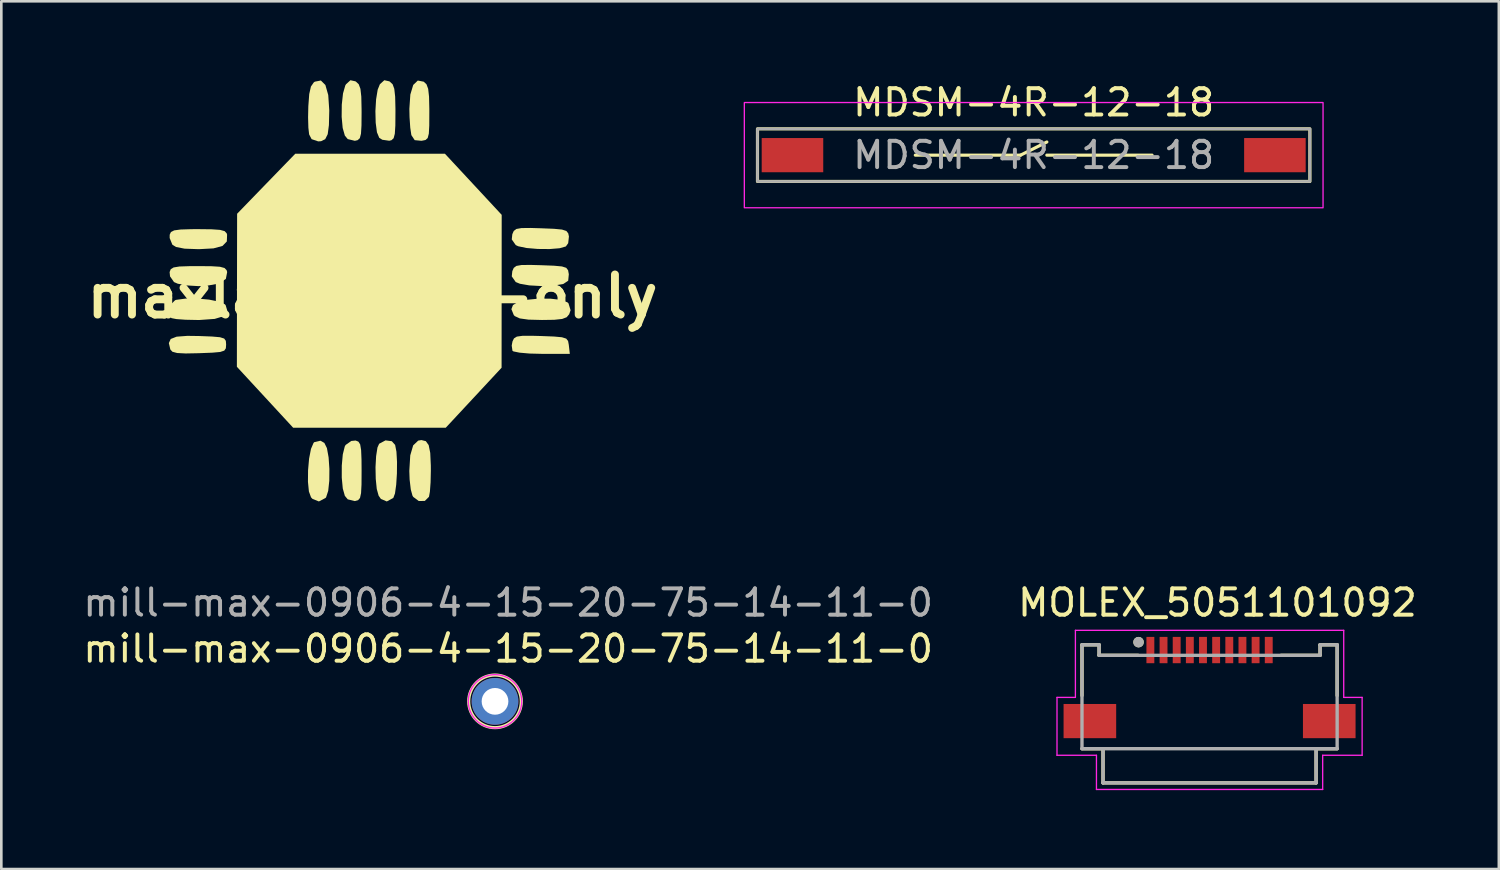
<source format=kicad_pcb>
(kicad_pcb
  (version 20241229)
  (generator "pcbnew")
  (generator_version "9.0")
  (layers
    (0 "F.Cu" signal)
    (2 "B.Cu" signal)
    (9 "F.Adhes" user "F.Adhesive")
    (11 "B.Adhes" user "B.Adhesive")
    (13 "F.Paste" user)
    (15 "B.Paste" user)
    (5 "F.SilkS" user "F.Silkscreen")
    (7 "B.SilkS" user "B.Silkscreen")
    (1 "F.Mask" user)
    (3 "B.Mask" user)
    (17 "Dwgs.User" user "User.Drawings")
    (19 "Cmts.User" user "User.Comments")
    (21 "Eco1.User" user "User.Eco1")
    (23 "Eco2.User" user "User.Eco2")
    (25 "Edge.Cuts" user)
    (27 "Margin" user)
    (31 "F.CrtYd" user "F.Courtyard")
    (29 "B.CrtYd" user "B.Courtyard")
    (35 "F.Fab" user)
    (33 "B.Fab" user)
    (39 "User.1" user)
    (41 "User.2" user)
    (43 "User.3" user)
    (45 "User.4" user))
  (footprint "MOLEX_5051101092"
    (layer "F.Cu")
    (at 42.932 22.162)
    (property "Reference" "MOLEX_5051101092" (at 0.3 -2.3 0) (layer "F.SilkS") (effects (font (size 1 1) (thickness 0.15))))
    (attr through_hole)
    (fp_line (start -4.85 -0.7) (end -4.85 1.23) (stroke (width 0.127) (type solid)) (layer "F.SilkS"))
    (fp_line (start -4.85 3.25) (end -4.05 3.25) (stroke (width 0.127) (type solid)) (layer "F.SilkS"))
    (fp_line (start -4.2 -0.7) (end -4.85 -0.7) (stroke (width 0.127) (type solid)) (layer "F.SilkS"))
    (fp_line (start -4.2 -0.3) (end -4.2 -0.7) (stroke (width 0.127) (type solid)) (layer "F.SilkS"))
    (fp_line (start -4.2 -0.3) (end -2.72 -0.3) (stroke (width 0.127) (type solid)) (layer "F.SilkS"))
    (fp_line (start -4.05 3.25) (end -4.05 4.55) (stroke (width 0.127) (type solid)) (layer "F.SilkS"))
    (fp_line (start -4.05 4.55) (end 4.05 4.55) (stroke (width 0.127) (type solid)) (layer "F.SilkS"))
    (fp_line (start 2.72 -0.3) (end 4.2 -0.3) (stroke (width 0.127) (type solid)) (layer "F.SilkS"))
    (fp_line (start 4.05 3.25) (end 4.85 3.25) (stroke (width 0.127) (type solid)) (layer "F.SilkS"))
    (fp_line (start 4.05 4.55) (end 4.05 3.25) (stroke (width 0.127) (type solid)) (layer "F.SilkS"))
    (fp_line (start 4.2 -0.7) (end 4.2 -0.3) (stroke (width 0.127) (type solid)) (layer "F.SilkS"))
    (fp_line (start 4.85 -0.7) (end 4.2 -0.7) (stroke (width 0.127) (type solid)) (layer "F.SilkS"))
    (fp_line (start 4.85 1.23) (end 4.85 -0.7) (stroke (width 0.127) (type solid)) (layer "F.SilkS"))
    (fp_circle (center -2.7 -0.8) (end -2.6 -0.8) (stroke (width 0.2) (type solid)) (fill no) (layer "F.SilkS"))
    (fp_line (start -5.8 1.3) (end -5.1 1.3) (stroke (width 0.05) (type solid)) (layer "F.CrtYd"))
    (fp_line (start -5.8 3.5) (end -5.8 1.3) (stroke (width 0.05) (type solid)) (layer "F.CrtYd"))
    (fp_line (start -5.1 -1.25) (end 5.1 -1.25) (stroke (width 0.05) (type solid)) (layer "F.CrtYd"))
    (fp_line (start -5.1 1.3) (end -5.1 -1.25) (stroke (width 0.05) (type solid)) (layer "F.CrtYd"))
    (fp_line (start -4.3 3.5) (end -5.8 3.5) (stroke (width 0.05) (type solid)) (layer "F.CrtYd"))
    (fp_line (start -4.3 4.8) (end -4.3 3.5) (stroke (width 0.05) (type solid)) (layer "F.CrtYd"))
    (fp_line (start 4.3 3.5) (end 4.3 4.8) (stroke (width 0.05) (type solid)) (layer "F.CrtYd"))
    (fp_line (start 4.3 4.8) (end -4.3 4.8) (stroke (width 0.05) (type solid)) (layer "F.CrtYd"))
    (fp_line (start 5.1 -1.25) (end 5.1 1.3) (stroke (width 0.05) (type solid)) (layer "F.CrtYd"))
    (fp_line (start 5.1 1.3) (end 5.8 1.3) (stroke (width 0.05) (type solid)) (layer "F.CrtYd"))
    (fp_line (start 5.8 1.3) (end 5.8 3.5) (stroke (width 0.05) (type solid)) (layer "F.CrtYd"))
    (fp_line (start 5.8 3.5) (end 4.3 3.5) (stroke (width 0.05) (type solid)) (layer "F.CrtYd"))
    (fp_line (start -4.85 -0.7) (end -4.85 3.25) (stroke (width 0.127) (type solid)) (layer "F.Fab"))
    (fp_line (start -4.85 3.25) (end -4.05 3.25) (stroke (width 0.127) (type solid)) (layer "F.Fab"))
    (fp_line (start -4.2 -0.7) (end -4.85 -0.7) (stroke (width 0.127) (type solid)) (layer "F.Fab"))
    (fp_line (start -4.2 -0.3) (end -4.2 -0.7) (stroke (width 0.127) (type solid)) (layer "F.Fab"))
    (fp_line (start -4.05 3.25) (end -4.05 4.55) (stroke (width 0.127) (type solid)) (layer "F.Fab"))
    (fp_line (start -4.05 3.25) (end 4.05 3.25) (stroke (width 0.127) (type solid)) (layer "F.Fab"))
    (fp_line (start -4.05 4.55) (end 4.05 4.55) (stroke (width 0.127) (type solid)) (layer "F.Fab"))
    (fp_line (start 4.05 3.25) (end 4.85 3.25) (stroke (width 0.127) (type solid)) (layer "F.Fab"))
    (fp_line (start 4.05 4.55) (end 4.05 3.25) (stroke (width 0.127) (type solid)) (layer "F.Fab"))
    (fp_line (start 4.2 -0.7) (end 4.2 -0.3) (stroke (width 0.127) (type solid)) (layer "F.Fab"))
    (fp_line (start 4.2 -0.3) (end -4.2 -0.3) (stroke (width 0.127) (type solid)) (layer "F.Fab"))
    (fp_line (start 4.85 -0.7) (end 4.2 -0.7) (stroke (width 0.127) (type solid)) (layer "F.Fab"))
    (fp_line (start 4.85 3.25) (end 4.85 -0.7) (stroke (width 0.127) (type solid)) (layer "F.Fab"))
    (fp_circle (center -2.7 -0.8) (end -2.6 -0.8) (stroke (width 0.2) (type solid)) (fill no) (layer "F.Fab"))
    (pad "1" smd rect (at -2.25 -0.5) (size 0.3 1) (layers "F.Cu" "F.Mask" "F.Paste"))
    (pad "2" smd rect (at -1.75 -0.5) (size 0.3 1) (layers "F.Cu" "F.Mask" "F.Paste"))
    (pad "3" smd rect (at -1.25 -0.5) (size 0.3 1) (layers "F.Cu" "F.Mask" "F.Paste"))
    (pad "4" smd rect (at -0.75 -0.5) (size 0.3 1) (layers "F.Cu" "F.Mask" "F.Paste"))
    (pad "5" smd rect (at -0.25 -0.5) (size 0.3 1) (layers "F.Cu" "F.Mask" "F.Paste"))
    (pad "6" smd rect (at 0.25 -0.5) (size 0.3 1) (layers "F.Cu" "F.Mask" "F.Paste"))
    (pad "7" smd rect (at 0.75 -0.5) (size 0.3 1) (layers "F.Cu" "F.Mask" "F.Paste"))
    (pad "8" smd rect (at 1.25 -0.5) (size 0.3 1) (layers "F.Cu" "F.Mask" "F.Paste"))
    (pad "9" smd rect (at 1.75 -0.5) (size 0.3 1) (layers "F.Cu" "F.Mask" "F.Paste"))
    (pad "10" smd rect (at 2.25 -0.5) (size 0.3 1) (layers "F.Cu" "F.Mask" "F.Paste"))
    (pad "S1" smd rect (at -4.55 2.2) (size 2 1.3) (layers "F.Cu" "F.Mask" "F.Paste"))
    (pad "S2" smd rect (at 4.55 2.2) (size 2 1.3) (layers "F.Cu" "F.Mask" "F.Paste")))
  (footprint "maxlab-logo-only"
    (layer "F.Cu")
    (at 11.111 8.219)
    (property "Reference" "maxlab-logo-only" (at 0 0 0) (layer "F.SilkS") (effects (font (size 1.524 1.524) (thickness 0.3))))
    (attr board_only exclude_from_pos_files exclude_from_bom)
    (fp_poly (pts (xy 3.832 -4.264) (xy 4.911 -3.102) (xy 4.909 -0.196) (xy 4.907 2.71) (xy 3.846 3.851) (xy 2.784 4.992) (xy -3.016 4.992) (xy -5.156 2.674) (xy -5.152 -0.235) (xy -5.147 -3.143) (xy -4.042 -4.284) (xy -2.936 -5.425) (xy 2.753 -5.425)) (stroke (width 0) (type solid)) (fill yes) (layer "F.SilkS"))
    (fp_poly (pts (xy 0.734 5.504) (xy 0.86 5.645) (xy 0.91 5.904) (xy 0.932 6.29) (xy 0.928 6.732) (xy 0.901 7.157) (xy 0.854 7.492) (xy 0.79 7.661) (xy 0.543 7.794) (xy 0.319 7.698) (xy 0.233 7.575) (xy 0.162 7.321) (xy 0.123 6.936) (xy 0.114 6.494) (xy 0.137 6.072) (xy 0.188 5.745) (xy 0.252 5.601) (xy 0.494 5.472)) (stroke (width 0) (type solid)) (fill yes) (layer "F.SilkS"))
    (fp_poly (pts (xy -6.215 0.121) (xy -5.843 0.196) (xy -5.613 0.298) (xy -5.584 0.33) (xy -5.511 0.574) (xy -5.648 0.748) (xy -5.999 0.854) (xy -6.57 0.895) (xy -6.672 0.895) (xy -7.112 0.886) (xy -7.455 0.861) (xy -7.641 0.825) (xy -7.653 0.817) (xy -7.745 0.585) (xy -7.686 0.323) (xy -7.505 0.144) (xy -7.464 0.13) (xy -7.097 0.081) (xy -6.657 0.08)) (stroke (width 0) (type solid)) (fill yes) (layer "F.SilkS"))
    (fp_poly (pts (xy -6.116 -1.148) (xy -5.8 -1.128) (xy -5.626 -1.081) (xy -5.547 -1) (xy -5.525 -0.927) (xy -5.575 -0.666) (xy -5.84 -0.49) (xy -6.316 -0.403) (xy -6.619 -0.392) (xy -7.057 -0.418) (xy -7.404 -0.484) (xy -7.546 -0.546) (xy -7.697 -0.762) (xy -7.713 -0.927) (xy -7.67 -1.035) (xy -7.561 -1.102) (xy -7.34 -1.138) (xy -6.96 -1.151) (xy -6.619 -1.153)) (stroke (width 0) (type solid)) (fill yes) (layer "F.SilkS"))
    (fp_poly (pts (xy -1.83 5.569) (xy -1.733 5.766) (xy -1.669 6.12) (xy -1.639 6.558) (xy -1.643 7.006) (xy -1.684 7.39) (xy -1.764 7.635) (xy -1.785 7.661) (xy -2.038 7.794) (xy -2.283 7.695) (xy -2.337 7.637) (xy -2.418 7.415) (xy -2.454 7.048) (xy -2.45 6.608) (xy -2.411 6.167) (xy -2.339 5.796) (xy -2.241 5.567) (xy -2.21 5.538) (xy -1.979 5.485)) (stroke (width 0) (type solid)) (fill yes) (layer "F.SilkS"))
    (fp_poly (pts (xy -1.791 -8.037) (xy -1.683 -7.657) (xy -1.644 -7.08) (xy -1.644 -7.051) (xy -1.657 -6.513) (xy -1.703 -6.168) (xy -1.798 -5.978) (xy -1.956 -5.901) (xy -2.064 -5.894) (xy -2.315 -5.979) (xy -2.409 -6.159) (xy -2.438 -6.411) (xy -2.449 -6.807) (xy -2.44 -7.23) (xy -2.405 -7.695) (xy -2.341 -7.979) (xy -2.233 -8.136) (xy -2.193 -8.164) (xy -1.963 -8.209)) (stroke (width 0) (type solid)) (fill yes) (layer "F.SilkS"))
    (fp_poly (pts (xy 2.027 5.502) (xy 2.135 5.652) (xy 2.195 5.949) (xy 2.217 6.428) (xy 2.218 6.631) (xy 2.208 7.065) (xy 2.182 7.421) (xy 2.147 7.616) (xy 1.988 7.775) (xy 1.757 7.776) (xy 1.551 7.624) (xy 1.52 7.575) (xy 1.455 7.339) (xy 1.411 6.962) (xy 1.399 6.631) (xy 1.435 6.041) (xy 1.546 5.662) (xy 1.737 5.481) (xy 1.859 5.46)) (stroke (width 0) (type solid)) (fill yes) (layer "F.SilkS"))
    (fp_poly (pts (xy 6.412 1.505) (xy 6.9 1.524) (xy 7.201 1.552) (xy 7.364 1.604) (xy 7.435 1.696) (xy 7.463 1.846) (xy 7.464 1.861) (xy 7.501 2.183) (xy 6.447 2.183) (xy 5.969 2.171) (xy 5.587 2.137) (xy 5.358 2.09) (xy 5.32 2.065) (xy 5.292 1.867) (xy 5.322 1.709) (xy 5.378 1.595) (xy 5.487 1.527) (xy 5.701 1.497) (xy 6.067 1.496)) (stroke (width 0) (type solid)) (fill yes) (layer "F.SilkS"))
    (fp_poly (pts (xy 6.763 0.085) (xy 7.151 0.13) (xy 7.408 0.223) (xy 7.45 0.262) (xy 7.53 0.524) (xy 7.477 0.677) (xy 7.382 0.79) (xy 7.211 0.856) (xy 6.91 0.888) (xy 6.442 0.895) (xy 5.928 0.882) (xy 5.6 0.836) (xy 5.412 0.75) (xy 5.371 0.71) (xy 5.28 0.484) (xy 5.339 0.33) (xy 5.53 0.209) (xy 5.879 0.127) (xy 6.315 0.084)) (stroke (width 0) (type solid)) (fill yes) (layer "F.SilkS"))
    (fp_poly (pts (xy -6.113 -2.552) (xy -5.795 -2.53) (xy -5.621 -2.482) (xy -5.544 -2.4) (xy -5.528 -2.347) (xy -5.538 -2.09) (xy -5.702 -1.92) (xy -6.045 -1.827) (xy -6.591 -1.797) (xy -6.619 -1.797) (xy -7.144 -1.816) (xy -7.469 -1.879) (xy -7.609 -1.967) (xy -7.711 -2.219) (xy -7.71 -2.347) (xy -7.663 -2.448) (xy -7.54 -2.511) (xy -7.296 -2.544) (xy -6.885 -2.557) (xy -6.619 -2.558)) (stroke (width 0) (type solid)) (fill yes) (layer "F.SilkS"))
    (fp_poly (pts (xy 6.412 -2.591) (xy 6.901 -2.571) (xy 7.204 -2.542) (xy 7.368 -2.489) (xy 7.441 -2.398) (xy 7.467 -2.278) (xy 7.439 -2.024) (xy 7.35 -1.9) (xy 7.112 -1.832) (xy 6.728 -1.801) (xy 6.282 -1.805) (xy 5.858 -1.841) (xy 5.54 -1.907) (xy 5.445 -1.952) (xy 5.294 -2.167) (xy 5.315 -2.366) (xy 5.37 -2.49) (xy 5.47 -2.565) (xy 5.664 -2.599) (xy 6.003 -2.603)) (stroke (width 0) (type solid)) (fill yes) (layer "F.SilkS"))
    (fp_poly (pts (xy -0.652 -8.178) (xy -0.627 -8.163) (xy -0.523 -8.065) (xy -0.459 -7.892) (xy -0.426 -7.596) (xy -0.416 -7.127) (xy -0.415 -6.993) (xy -0.419 -6.496) (xy -0.438 -6.186) (xy -0.482 -6.017) (xy -0.564 -5.941) (xy -0.671 -5.916) (xy -0.941 -5.981) (xy -1.051 -6.113) (xy -1.134 -6.405) (xy -1.173 -6.826) (xy -1.168 -7.292) (xy -1.121 -7.718) (xy -1.035 -8.019) (xy -1.007 -8.066) (xy -0.839 -8.219)) (stroke (width 0) (type solid)) (fill yes) (layer "F.SilkS"))
    (fp_poly (pts (xy -0.536 5.52) (xy -0.469 5.625) (xy -0.433 5.838) (xy -0.418 6.205) (xy -0.415 6.632) (xy -0.418 7.149) (xy -0.435 7.476) (xy -0.475 7.66) (xy -0.548 7.746) (xy -0.665 7.778) (xy -0.671 7.779) (xy -0.941 7.714) (xy -1.051 7.582) (xy -1.13 7.302) (xy -1.169 6.89) (xy -1.168 6.431) (xy -1.13 6.008) (xy -1.055 5.705) (xy -1.022 5.646) (xy -0.806 5.494) (xy -0.642 5.478)) (stroke (width 0) (type solid)) (fill yes) (layer "F.SilkS"))
    (fp_poly (pts (xy 0.636 -8.178) (xy 0.661 -8.163) (xy 0.765 -8.065) (xy 0.828 -7.892) (xy 0.861 -7.596) (xy 0.872 -7.127) (xy 0.872 -6.993) (xy 0.868 -6.494) (xy 0.848 -6.183) (xy 0.803 -6.014) (xy 0.721 -5.939) (xy 0.637 -5.918) (xy 0.373 -5.956) (xy 0.256 -6.03) (xy 0.169 -6.239) (xy 0.121 -6.603) (xy 0.11 -7.045) (xy 0.136 -7.49) (xy 0.197 -7.861) (xy 0.28 -8.066) (xy 0.449 -8.219)) (stroke (width 0) (type solid)) (fill yes) (layer "F.SilkS"))
    (fp_poly (pts (xy 1.948 -8.163) (xy 2.052 -8.065) (xy 2.116 -7.892) (xy 2.149 -7.596) (xy 2.16 -7.127) (xy 2.16 -6.993) (xy 2.158 -6.498) (xy 2.141 -6.189) (xy 2.098 -6.022) (xy 2.015 -5.947) (xy 1.877 -5.919) (xy 1.853 -5.917) (xy 1.604 -5.941) (xy 1.482 -6.124) (xy 1.474 -6.151) (xy 1.435 -6.414) (xy 1.408 -6.81) (xy 1.401 -7.13) (xy 1.438 -7.675) (xy 1.548 -8.04) (xy 1.722 -8.207)) (stroke (width 0) (type solid)) (fill yes) (layer "F.SilkS"))
    (fp_poly (pts (xy 6.412 -1.187) (xy 6.9 -1.168) (xy 7.202 -1.14) (xy 7.364 -1.088) (xy 7.435 -0.996) (xy 7.462 -0.849) (xy 7.463 -0.846) (xy 7.439 -0.597) (xy 7.255 -0.475) (xy 7.229 -0.468) (xy 6.858 -0.409) (xy 6.407 -0.395) (xy 5.962 -0.42) (xy 5.604 -0.482) (xy 5.445 -0.547) (xy 5.294 -0.762) (xy 5.315 -0.962) (xy 5.37 -1.086) (xy 5.47 -1.16) (xy 5.664 -1.194) (xy 6.003 -1.198)) (stroke (width 0) (type solid)) (fill yes) (layer "F.SilkS"))
    (fp_poly (pts (xy -6.592 1.505) (xy -6.101 1.524) (xy -5.798 1.551) (xy -5.639 1.601) (xy -5.576 1.688) (xy -5.565 1.826) (xy -5.565 1.832) (xy -5.575 1.972) (xy -5.635 2.06) (xy -5.79 2.111) (xy -6.087 2.138) (xy -6.571 2.157) (xy -6.592 2.158) (xy -7.104 2.168) (xy -7.427 2.151) (xy -7.606 2.103) (xy -7.685 2.017) (xy -7.687 2.012) (xy -7.742 1.773) (xy -7.671 1.617) (xy -7.447 1.53) (xy -7.039 1.499)) (stroke (width 0) (type solid)) (fill yes) (layer "F.SilkS")))
  (footprint "mill-max-0906-4-15-20-75-14-11-0"
    (layer "F.Cu")
    (at 15.768 23.612)
    (property "Reference" "mill-max-0906-4-15-20-75-14-11-0" (at 0.5 -2 0) (unlocked yes) (layer "F.SilkS") (effects (font (size 1 1) (thickness 0.15))))
    (attr through_hole)
    (fp_circle (center 0 0) (end 1 0) (stroke (width 0.12) (type solid)) (fill no) (layer "F.SilkS"))
    (fp_circle (center 0 0) (end 1.016 0) (stroke (width 0.05) (type solid)) (fill no) (layer "F.CrtYd"))
    (fp_text user "${REFERENCE}" (at 0.5 -3.75 0) (unlocked yes) (layer "F.Fab") (effects (font (size 1 1) (thickness 0.15))))
    (pad "1" thru_hole circle (at 0 0) (size 1.778 1.778) (drill 1.016) (layers "*.Cu" "*.Mask")))
  (footprint "MDSM-4R-12-18"
    (layer "F.Cu")
    (at 36.246 2.848)
    (property "Reference" "MDSM-4R-12-18" (at 0 -2 0) (unlocked yes) (layer "F.SilkS") (effects (font (size 1 1) (thickness 0.15))))
    (attr smd)
    (fp_line (start -4.5 0) (end -0.5 0) (stroke (width 0.12) (type solid)) (layer "F.SilkS"))
    (fp_line (start -0.5 0) (end 0.5 -0.5) (stroke (width 0.12) (type solid)) (layer "F.SilkS"))
    (fp_line (start 4.5 0) (end 0.5 0) (stroke (width 0.12) (type solid)) (layer "F.SilkS"))
    (fp_rect (start -10.5 -1) (end 10.5 1) (stroke (width 0.12) (type solid)) (fill no) (layer "F.SilkS"))
    (fp_rect (start -11 -2) (end 11 2) (stroke (width 0.05) (type solid)) (fill no) (layer "F.CrtYd"))
    (fp_rect (start -10.5 -1) (end 10.5 1) (stroke (width 0.1) (type solid)) (fill no) (layer "F.Fab"))
    (fp_text user "${REFERENCE}" (at 0 0 0) (unlocked yes) (layer "F.Fab") (effects (font (size 1 1) (thickness 0.15))))
    (pad "1" smd rect (at -9.17 0) (size 2.34 1.3) (layers "F.Cu" "F.Mask" "F.Paste"))
    (pad "2" smd rect (at 9.17 0) (size 2.34 1.3) (layers "F.Cu" "F.Mask" "F.Paste")))
  (gr_rect
    (start -3 -3)
    (end 53.929 29.987)
    (stroke (width 0.1) (type default))
    (fill no)
    (layer "Edge.Cuts")))
</source>
